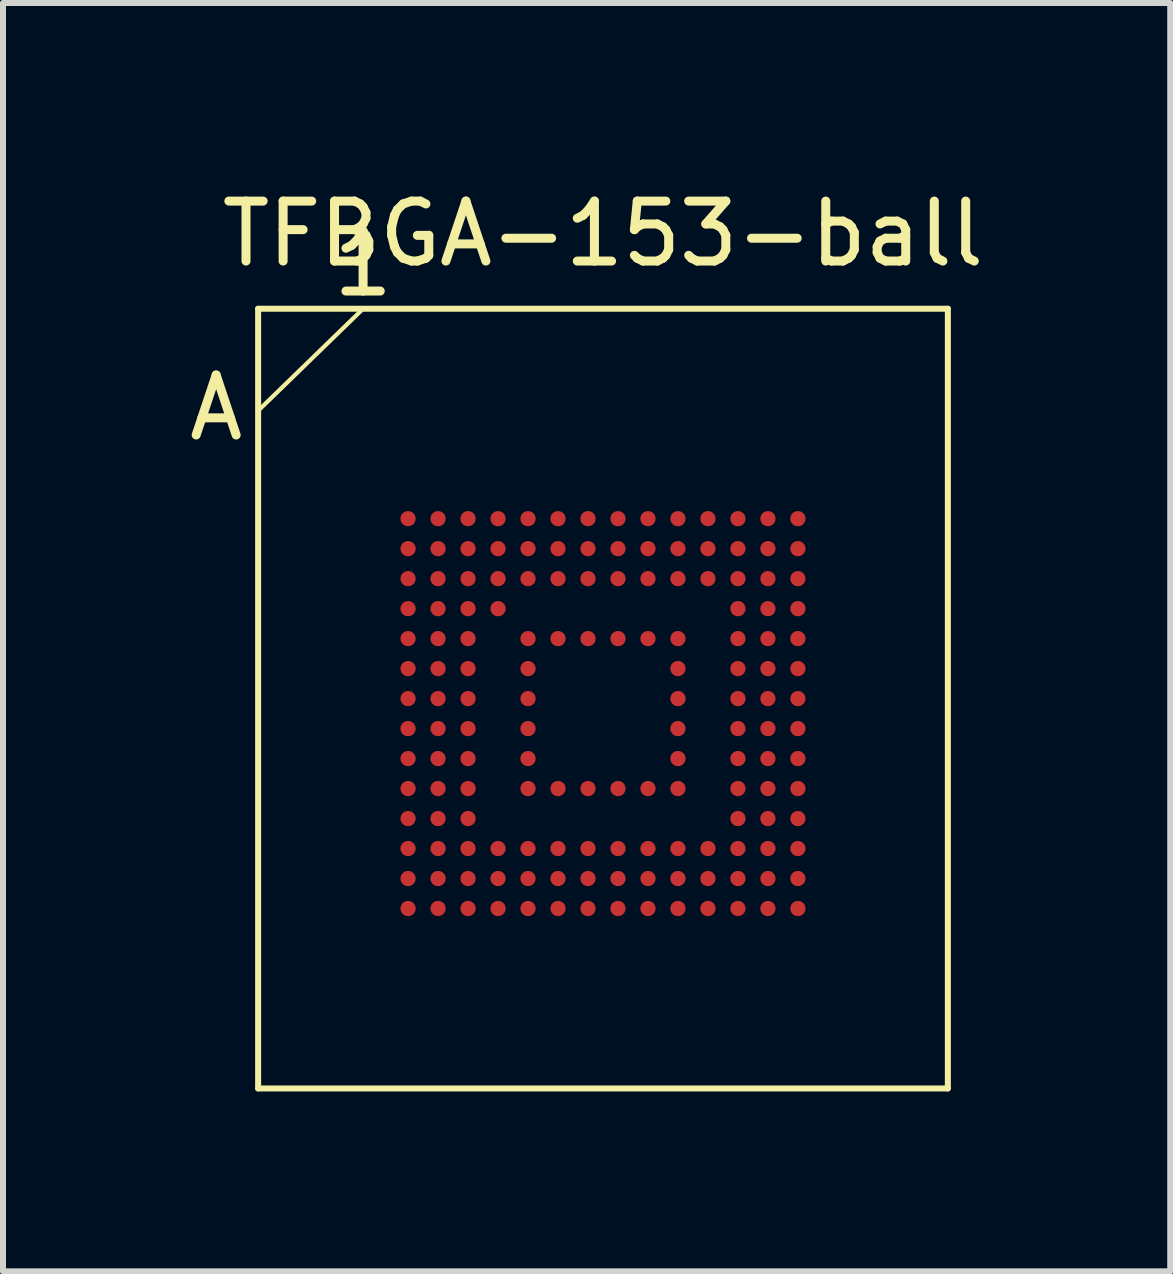
<source format=kicad_pcb>
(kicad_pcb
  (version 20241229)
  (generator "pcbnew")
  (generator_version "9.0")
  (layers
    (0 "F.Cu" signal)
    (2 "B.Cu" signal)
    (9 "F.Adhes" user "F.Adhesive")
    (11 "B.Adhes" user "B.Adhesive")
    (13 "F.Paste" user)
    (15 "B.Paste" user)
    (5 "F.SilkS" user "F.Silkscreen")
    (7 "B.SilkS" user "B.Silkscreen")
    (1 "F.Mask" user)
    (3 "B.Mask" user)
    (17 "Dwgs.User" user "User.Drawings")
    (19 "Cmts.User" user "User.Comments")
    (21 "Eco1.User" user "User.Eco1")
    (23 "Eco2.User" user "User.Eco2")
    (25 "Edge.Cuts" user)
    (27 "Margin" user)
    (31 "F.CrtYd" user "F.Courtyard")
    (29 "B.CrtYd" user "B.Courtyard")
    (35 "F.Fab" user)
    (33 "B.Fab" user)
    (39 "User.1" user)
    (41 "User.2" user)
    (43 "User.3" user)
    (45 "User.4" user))
  (footprint "TFBGA-153-ball"
    (layer "F.Cu")
    (at 7.004 8.848)
    (property "Reference" "TFBGA-153-ball" (at 0 -8 0) (layer "F.SilkS") (effects (font (size 1 1) (thickness 0.15))))
    (attr through_hole)
    (fp_line (start -5.75 -6.75) (end 5.75 -6.75) (stroke (width 0.1) (type solid)) (layer "F.SilkS"))
    (fp_line (start -5.75 6.25) (end -5.75 -6.75) (stroke (width 0.1) (type solid)) (layer "F.SilkS"))
    (fp_line (start -4 -6.75) (end -5.75 -5.05) (stroke (width 0.07) (type solid)) (layer "F.SilkS"))
    (fp_line (start 5.75 -6.75) (end 5.75 6.25) (stroke (width 0.1) (type solid)) (layer "F.SilkS"))
    (fp_line (start 5.75 6.25) (end -5.75 6.25) (stroke (width 0.1) (type solid)) (layer "F.SilkS"))
    (fp_text user "A" (at -6.45 -5.1 0) (layer "F.SilkS") (effects (font (size 1 1) (thickness 0.15))))
    (fp_text user "1" (at -4 -7.5 0) (layer "F.SilkS") (effects (font (size 1 1) (thickness 0.15))))
    (pad "A1" smd circle (at -3.25 -3.25) (size 0.254 0.254) (layers "F.Cu" "F.Mask" "F.Paste"))
    (pad "A2" smd circle (at -2.75 -3.25) (size 0.254 0.254) (layers "F.Cu" "F.Mask" "F.Paste"))
    (pad "A3" smd circle (at -2.25 -3.25) (size 0.254 0.254) (layers "F.Cu" "F.Mask" "F.Paste"))
    (pad "A4" smd circle (at -1.75 -3.25) (size 0.254 0.254) (layers "F.Cu" "F.Mask" "F.Paste"))
    (pad "A5" smd circle (at -1.25 -3.25) (size 0.254 0.254) (layers "F.Cu" "F.Mask" "F.Paste"))
    (pad "A6" smd circle (at -0.75 -3.25) (size 0.254 0.254) (layers "F.Cu" "F.Mask" "F.Paste"))
    (pad "A7" smd circle (at -0.25 -3.25) (size 0.254 0.254) (layers "F.Cu" "F.Mask" "F.Paste"))
    (pad "A8" smd circle (at 0.25 -3.25) (size 0.254 0.254) (layers "F.Cu" "F.Mask" "F.Paste"))
    (pad "A9" smd circle (at 0.75 -3.25) (size 0.254 0.254) (layers "F.Cu" "F.Mask" "F.Paste"))
    (pad "A10" smd circle (at 1.25 -3.25) (size 0.254 0.254) (layers "F.Cu" "F.Mask" "F.Paste"))
    (pad "A11" smd circle (at 1.75 -3.25) (size 0.254 0.254) (layers "F.Cu" "F.Mask" "F.Paste"))
    (pad "A12" smd circle (at 2.25 -3.25) (size 0.254 0.254) (layers "F.Cu" "F.Mask" "F.Paste"))
    (pad "A13" smd circle (at 2.75 -3.25) (size 0.254 0.254) (layers "F.Cu" "F.Mask" "F.Paste"))
    (pad "A14" smd circle (at 3.25 -3.25) (size 0.254 0.254) (layers "F.Cu" "F.Mask" "F.Paste"))
    (pad "B1" smd circle (at -3.25 -2.75) (size 0.254 0.254) (layers "F.Cu" "F.Mask" "F.Paste"))
    (pad "B2" smd circle (at -2.75 -2.75) (size 0.254 0.254) (layers "F.Cu" "F.Mask" "F.Paste"))
    (pad "B3" smd circle (at -2.25 -2.75) (size 0.254 0.254) (layers "F.Cu" "F.Mask" "F.Paste"))
    (pad "B4" smd circle (at -1.75 -2.75) (size 0.254 0.254) (layers "F.Cu" "F.Mask" "F.Paste"))
    (pad "B5" smd circle (at -1.25 -2.75) (size 0.254 0.254) (layers "F.Cu" "F.Mask" "F.Paste"))
    (pad "B6" smd circle (at -0.75 -2.75) (size 0.254 0.254) (layers "F.Cu" "F.Mask" "F.Paste"))
    (pad "B7" smd circle (at -0.25 -2.75) (size 0.254 0.254) (layers "F.Cu" "F.Mask" "F.Paste"))
    (pad "B8" smd circle (at 0.25 -2.75) (size 0.254 0.254) (layers "F.Cu" "F.Mask" "F.Paste"))
    (pad "B9" smd circle (at 0.75 -2.75) (size 0.254 0.254) (layers "F.Cu" "F.Mask" "F.Paste"))
    (pad "B10" smd circle (at 1.25 -2.75) (size 0.254 0.254) (layers "F.Cu" "F.Mask" "F.Paste"))
    (pad "B11" smd circle (at 1.75 -2.75) (size 0.254 0.254) (layers "F.Cu" "F.Mask" "F.Paste"))
    (pad "B12" smd circle (at 2.25 -2.75) (size 0.254 0.254) (layers "F.Cu" "F.Mask" "F.Paste"))
    (pad "B13" smd circle (at 2.75 -2.75) (size 0.254 0.254) (layers "F.Cu" "F.Mask" "F.Paste"))
    (pad "B14" smd circle (at 3.25 -2.75) (size 0.254 0.254) (layers "F.Cu" "F.Mask" "F.Paste"))
    (pad "C1" smd circle (at -3.25 -2.25) (size 0.254 0.254) (layers "F.Cu" "F.Mask" "F.Paste"))
    (pad "C2" smd circle (at -2.75 -2.25) (size 0.254 0.254) (layers "F.Cu" "F.Mask" "F.Paste"))
    (pad "C3" smd circle (at -2.25 -2.25) (size 0.254 0.254) (layers "F.Cu" "F.Mask" "F.Paste"))
    (pad "C4" smd circle (at -1.75 -2.25) (size 0.254 0.254) (layers "F.Cu" "F.Mask" "F.Paste"))
    (pad "C5" smd circle (at -1.25 -2.25) (size 0.254 0.254) (layers "F.Cu" "F.Mask" "F.Paste"))
    (pad "C6" smd circle (at -0.75 -2.25) (size 0.254 0.254) (layers "F.Cu" "F.Mask" "F.Paste"))
    (pad "C7" smd circle (at -0.25 -2.25) (size 0.254 0.254) (layers "F.Cu" "F.Mask" "F.Paste"))
    (pad "C8" smd circle (at 0.25 -2.25) (size 0.254 0.254) (layers "F.Cu" "F.Mask" "F.Paste"))
    (pad "C9" smd circle (at 0.75 -2.25) (size 0.254 0.254) (layers "F.Cu" "F.Mask" "F.Paste"))
    (pad "C10" smd circle (at 1.25 -2.25) (size 0.254 0.254) (layers "F.Cu" "F.Mask" "F.Paste"))
    (pad "C11" smd circle (at 1.75 -2.25) (size 0.254 0.254) (layers "F.Cu" "F.Mask" "F.Paste"))
    (pad "C12" smd circle (at 2.25 -2.25) (size 0.254 0.254) (layers "F.Cu" "F.Mask" "F.Paste"))
    (pad "C13" smd circle (at 2.75 -2.25) (size 0.254 0.254) (layers "F.Cu" "F.Mask" "F.Paste"))
    (pad "C14" smd circle (at 3.25 -2.25) (size 0.254 0.254) (layers "F.Cu" "F.Mask" "F.Paste"))
    (pad "D1" smd circle (at -3.25 -1.75) (size 0.254 0.254) (layers "F.Cu" "F.Mask" "F.Paste"))
    (pad "D2" smd circle (at -2.75 -1.75) (size 0.254 0.254) (layers "F.Cu" "F.Mask" "F.Paste"))
    (pad "D3" smd circle (at -2.25 -1.75) (size 0.254 0.254) (layers "F.Cu" "F.Mask" "F.Paste"))
    (pad "D4" smd circle (at -1.75 -1.75) (size 0.254 0.254) (layers "F.Cu" "F.Mask" "F.Paste"))
    (pad "D12" smd circle (at 2.25 -1.75) (size 0.254 0.254) (layers "F.Cu" "F.Mask" "F.Paste"))
    (pad "D13" smd circle (at 2.75 -1.75) (size 0.254 0.254) (layers "F.Cu" "F.Mask" "F.Paste"))
    (pad "D14" smd circle (at 3.25 -1.75) (size 0.254 0.254) (layers "F.Cu" "F.Mask" "F.Paste"))
    (pad "E1" smd circle (at -3.25 -1.25) (size 0.254 0.254) (layers "F.Cu" "F.Mask" "F.Paste"))
    (pad "E2" smd circle (at -2.75 -1.25) (size 0.254 0.254) (layers "F.Cu" "F.Mask" "F.Paste"))
    (pad "E3" smd circle (at -2.25 -1.25) (size 0.254 0.254) (layers "F.Cu" "F.Mask" "F.Paste"))
    (pad "E5" smd circle (at -1.25 -1.25) (size 0.254 0.254) (layers "F.Cu" "F.Mask" "F.Paste"))
    (pad "E6" smd circle (at -0.75 -1.25) (size 0.254 0.254) (layers "F.Cu" "F.Mask" "F.Paste"))
    (pad "E7" smd circle (at -0.25 -1.25) (size 0.254 0.254) (layers "F.Cu" "F.Mask" "F.Paste"))
    (pad "E8" smd circle (at 0.25 -1.25) (size 0.254 0.254) (layers "F.Cu" "F.Mask" "F.Paste"))
    (pad "E9" smd circle (at 0.75 -1.25) (size 0.254 0.254) (layers "F.Cu" "F.Mask" "F.Paste"))
    (pad "E10" smd circle (at 1.25 -1.25) (size 0.254 0.254) (layers "F.Cu" "F.Mask" "F.Paste"))
    (pad "E12" smd circle (at 2.25 -1.25) (size 0.254 0.254) (layers "F.Cu" "F.Mask" "F.Paste"))
    (pad "E13" smd circle (at 2.75 -1.25) (size 0.254 0.254) (layers "F.Cu" "F.Mask" "F.Paste"))
    (pad "E14" smd circle (at 3.25 -1.25) (size 0.254 0.254) (layers "F.Cu" "F.Mask" "F.Paste"))
    (pad "F1" smd circle (at -3.25 -0.75) (size 0.254 0.254) (layers "F.Cu" "F.Mask" "F.Paste"))
    (pad "F2" smd circle (at -2.75 -0.75) (size 0.254 0.254) (layers "F.Cu" "F.Mask" "F.Paste"))
    (pad "F3" smd circle (at -2.25 -0.75) (size 0.254 0.254) (layers "F.Cu" "F.Mask" "F.Paste"))
    (pad "F5" smd circle (at -1.25 -0.75) (size 0.254 0.254) (layers "F.Cu" "F.Mask" "F.Paste"))
    (pad "F10" smd circle (at 1.25 -0.75) (size 0.254 0.254) (layers "F.Cu" "F.Mask" "F.Paste"))
    (pad "F12" smd circle (at 2.25 -0.75) (size 0.254 0.254) (layers "F.Cu" "F.Mask" "F.Paste"))
    (pad "F13" smd circle (at 2.75 -0.75) (size 0.254 0.254) (layers "F.Cu" "F.Mask" "F.Paste"))
    (pad "F14" smd circle (at 3.25 -0.75) (size 0.254 0.254) (layers "F.Cu" "F.Mask" "F.Paste"))
    (pad "G1" smd circle (at -3.25 -0.25) (size 0.254 0.254) (layers "F.Cu" "F.Mask" "F.Paste"))
    (pad "G2" smd circle (at -2.75 -0.25) (size 0.254 0.254) (layers "F.Cu" "F.Mask" "F.Paste"))
    (pad "G3" smd circle (at -2.25 -0.25) (size 0.254 0.254) (layers "F.Cu" "F.Mask" "F.Paste"))
    (pad "G5" smd circle (at -1.25 -0.25) (size 0.254 0.254) (layers "F.Cu" "F.Mask" "F.Paste"))
    (pad "G10" smd circle (at 1.25 -0.25) (size 0.254 0.254) (layers "F.Cu" "F.Mask" "F.Paste"))
    (pad "G12" smd circle (at 2.25 -0.25) (size 0.254 0.254) (layers "F.Cu" "F.Mask" "F.Paste"))
    (pad "G13" smd circle (at 2.75 -0.25) (size 0.254 0.254) (layers "F.Cu" "F.Mask" "F.Paste"))
    (pad "G14" smd circle (at 3.25 -0.25) (size 0.254 0.254) (layers "F.Cu" "F.Mask" "F.Paste"))
    (pad "H1" smd circle (at -3.25 0.25) (size 0.254 0.254) (layers "F.Cu" "F.Mask" "F.Paste"))
    (pad "H2" smd circle (at -2.75 0.25) (size 0.254 0.254) (layers "F.Cu" "F.Mask" "F.Paste"))
    (pad "H3" smd circle (at -2.25 0.25) (size 0.254 0.254) (layers "F.Cu" "F.Mask" "F.Paste"))
    (pad "H5" smd circle (at -1.25 0.25) (size 0.254 0.254) (layers "F.Cu" "F.Mask" "F.Paste"))
    (pad "H10" smd circle (at 1.25 0.25) (size 0.254 0.254) (layers "F.Cu" "F.Mask" "F.Paste"))
    (pad "H12" smd circle (at 2.25 0.25) (size 0.254 0.254) (layers "F.Cu" "F.Mask" "F.Paste"))
    (pad "H13" smd circle (at 2.75 0.25) (size 0.254 0.254) (layers "F.Cu" "F.Mask" "F.Paste"))
    (pad "H14" smd circle (at 3.25 0.25) (size 0.254 0.254) (layers "F.Cu" "F.Mask" "F.Paste"))
    (pad "J1" smd circle (at -3.25 0.75) (size 0.254 0.254) (layers "F.Cu" "F.Mask" "F.Paste"))
    (pad "J2" smd circle (at -2.75 0.75) (size 0.254 0.254) (layers "F.Cu" "F.Mask" "F.Paste"))
    (pad "J3" smd circle (at -2.25 0.75) (size 0.254 0.254) (layers "F.Cu" "F.Mask" "F.Paste"))
    (pad "J5" smd circle (at -1.25 0.75) (size 0.254 0.254) (layers "F.Cu" "F.Mask" "F.Paste"))
    (pad "J10" smd circle (at 1.25 0.75) (size 0.254 0.254) (layers "F.Cu" "F.Mask" "F.Paste"))
    (pad "J12" smd circle (at 2.25 0.75) (size 0.254 0.254) (layers "F.Cu" "F.Mask" "F.Paste"))
    (pad "J13" smd circle (at 2.75 0.75) (size 0.254 0.254) (layers "F.Cu" "F.Mask" "F.Paste"))
    (pad "J14" smd circle (at 3.25 0.75) (size 0.254 0.254) (layers "F.Cu" "F.Mask" "F.Paste"))
    (pad "K1" smd circle (at -3.25 1.25) (size 0.254 0.254) (layers "F.Cu" "F.Mask" "F.Paste"))
    (pad "K2" smd circle (at -2.75 1.25) (size 0.254 0.254) (layers "F.Cu" "F.Mask" "F.Paste"))
    (pad "K3" smd circle (at -2.25 1.25) (size 0.254 0.254) (layers "F.Cu" "F.Mask" "F.Paste"))
    (pad "K5" smd circle (at -1.25 1.25) (size 0.254 0.254) (layers "F.Cu" "F.Mask" "F.Paste"))
    (pad "K6" smd circle (at -0.75 1.25) (size 0.254 0.254) (layers "F.Cu" "F.Mask" "F.Paste"))
    (pad "K7" smd circle (at -0.25 1.25) (size 0.254 0.254) (layers "F.Cu" "F.Mask" "F.Paste"))
    (pad "K8" smd circle (at 0.25 1.25) (size 0.254 0.254) (layers "F.Cu" "F.Mask" "F.Paste"))
    (pad "K9" smd circle (at 0.75 1.25) (size 0.254 0.254) (layers "F.Cu" "F.Mask" "F.Paste"))
    (pad "K10" smd circle (at 1.25 1.25) (size 0.254 0.254) (layers "F.Cu" "F.Mask" "F.Paste"))
    (pad "K12" smd circle (at 2.25 1.25) (size 0.254 0.254) (layers "F.Cu" "F.Mask" "F.Paste"))
    (pad "K13" smd circle (at 2.75 1.25) (size 0.254 0.254) (layers "F.Cu" "F.Mask" "F.Paste"))
    (pad "K14" smd circle (at 3.25 1.25) (size 0.254 0.254) (layers "F.Cu" "F.Mask" "F.Paste"))
    (pad "L1" smd circle (at -3.25 1.75) (size 0.254 0.254) (layers "F.Cu" "F.Mask" "F.Paste"))
    (pad "L2" smd circle (at -2.75 1.75) (size 0.254 0.254) (layers "F.Cu" "F.Mask" "F.Paste"))
    (pad "L3" smd circle (at -2.25 1.75) (size 0.254 0.254) (layers "F.Cu" "F.Mask" "F.Paste"))
    (pad "L12" smd circle (at 2.25 1.75) (size 0.254 0.254) (layers "F.Cu" "F.Mask" "F.Paste"))
    (pad "L13" smd circle (at 2.75 1.75) (size 0.254 0.254) (layers "F.Cu" "F.Mask" "F.Paste"))
    (pad "L14" smd circle (at 3.25 1.75) (size 0.254 0.254) (layers "F.Cu" "F.Mask" "F.Paste"))
    (pad "M1" smd circle (at -3.25 2.25) (size 0.254 0.254) (layers "F.Cu" "F.Mask" "F.Paste"))
    (pad "M2" smd circle (at -2.75 2.25) (size 0.254 0.254) (layers "F.Cu" "F.Mask" "F.Paste"))
    (pad "M3" smd circle (at -2.25 2.25) (size 0.254 0.254) (layers "F.Cu" "F.Mask" "F.Paste"))
    (pad "M4" smd circle (at -1.75 2.25) (size 0.254 0.254) (layers "F.Cu" "F.Mask" "F.Paste"))
    (pad "M5" smd circle (at -1.25 2.25) (size 0.254 0.254) (layers "F.Cu" "F.Mask" "F.Paste"))
    (pad "M6" smd circle (at -0.75 2.25) (size 0.254 0.254) (layers "F.Cu" "F.Mask" "F.Paste"))
    (pad "M7" smd circle (at -0.25 2.25) (size 0.254 0.254) (layers "F.Cu" "F.Mask" "F.Paste"))
    (pad "M8" smd circle (at 0.25 2.25) (size 0.254 0.254) (layers "F.Cu" "F.Mask" "F.Paste"))
    (pad "M9" smd circle (at 0.75 2.25) (size 0.254 0.254) (layers "F.Cu" "F.Mask" "F.Paste"))
    (pad "M10" smd circle (at 1.25 2.25) (size 0.254 0.254) (layers "F.Cu" "F.Mask" "F.Paste"))
    (pad "M11" smd circle (at 1.75 2.25) (size 0.254 0.254) (layers "F.Cu" "F.Mask" "F.Paste"))
    (pad "M12" smd circle (at 2.25 2.25) (size 0.254 0.254) (layers "F.Cu" "F.Mask" "F.Paste"))
    (pad "M13" smd circle (at 2.75 2.25) (size 0.254 0.254) (layers "F.Cu" "F.Mask" "F.Paste"))
    (pad "M14" smd circle (at 3.25 2.25) (size 0.254 0.254) (layers "F.Cu" "F.Mask" "F.Paste"))
    (pad "N1" smd circle (at -3.25 2.75) (size 0.254 0.254) (layers "F.Cu" "F.Mask" "F.Paste"))
    (pad "N2" smd circle (at -2.75 2.75) (size 0.254 0.254) (layers "F.Cu" "F.Mask" "F.Paste"))
    (pad "N3" smd circle (at -2.25 2.75) (size 0.254 0.254) (layers "F.Cu" "F.Mask" "F.Paste"))
    (pad "N4" smd circle (at -1.75 2.75) (size 0.254 0.254) (layers "F.Cu" "F.Mask" "F.Paste"))
    (pad "N5" smd circle (at -1.25 2.75) (size 0.254 0.254) (layers "F.Cu" "F.Mask" "F.Paste"))
    (pad "N6" smd circle (at -0.75 2.75) (size 0.254 0.254) (layers "F.Cu" "F.Mask" "F.Paste"))
    (pad "N7" smd circle (at -0.25 2.75) (size 0.254 0.254) (layers "F.Cu" "F.Mask" "F.Paste"))
    (pad "N8" smd circle (at 0.25 2.75) (size 0.254 0.254) (layers "F.Cu" "F.Mask" "F.Paste"))
    (pad "N9" smd circle (at 0.75 2.75) (size 0.254 0.254) (layers "F.Cu" "F.Mask" "F.Paste"))
    (pad "N10" smd circle (at 1.25 2.75) (size 0.254 0.254) (layers "F.Cu" "F.Mask" "F.Paste"))
    (pad "N11" smd circle (at 1.75 2.75) (size 0.254 0.254) (layers "F.Cu" "F.Mask" "F.Paste"))
    (pad "N12" smd circle (at 2.25 2.75) (size 0.254 0.254) (layers "F.Cu" "F.Mask" "F.Paste"))
    (pad "N13" smd circle (at 2.75 2.75) (size 0.254 0.254) (layers "F.Cu" "F.Mask" "F.Paste"))
    (pad "N14" smd circle (at 3.25 2.75) (size 0.254 0.254) (layers "F.Cu" "F.Mask" "F.Paste"))
    (pad "P1" smd circle (at -3.25 3.25) (size 0.254 0.254) (layers "F.Cu" "F.Mask" "F.Paste"))
    (pad "P2" smd circle (at -2.75 3.25) (size 0.254 0.254) (layers "F.Cu" "F.Mask" "F.Paste"))
    (pad "P3" smd circle (at -2.25 3.25) (size 0.254 0.254) (layers "F.Cu" "F.Mask" "F.Paste"))
    (pad "P4" smd circle (at -1.75 3.25) (size 0.254 0.254) (layers "F.Cu" "F.Mask" "F.Paste"))
    (pad "P5" smd circle (at -1.25 3.25) (size 0.254 0.254) (layers "F.Cu" "F.Mask" "F.Paste"))
    (pad "P6" smd circle (at -0.75 3.25) (size 0.254 0.254) (layers "F.Cu" "F.Mask" "F.Paste"))
    (pad "P7" smd circle (at -0.25 3.25) (size 0.254 0.254) (layers "F.Cu" "F.Mask" "F.Paste"))
    (pad "P8" smd circle (at 0.25 3.25) (size 0.254 0.254) (layers "F.Cu" "F.Mask" "F.Paste"))
    (pad "P9" smd circle (at 0.75 3.25) (size 0.254 0.254) (layers "F.Cu" "F.Mask" "F.Paste"))
    (pad "P10" smd circle (at 1.25 3.25) (size 0.254 0.254) (layers "F.Cu" "F.Mask" "F.Paste"))
    (pad "P11" smd circle (at 1.75 3.25) (size 0.254 0.254) (layers "F.Cu" "F.Mask" "F.Paste"))
    (pad "P12" smd circle (at 2.25 3.25) (size 0.254 0.254) (layers "F.Cu" "F.Mask" "F.Paste"))
    (pad "P13" smd circle (at 2.75 3.25) (size 0.254 0.254) (layers "F.Cu" "F.Mask" "F.Paste"))
    (pad "P14" smd circle (at 3.25 3.25) (size 0.254 0.254) (layers "F.Cu" "F.Mask" "F.Paste")))
  (gr_rect
    (start -3 -3)
    (end 16.462 18.148)
    (stroke (width 0.1) (type default))
    (fill no)
    (layer "Edge.Cuts")))
</source>
